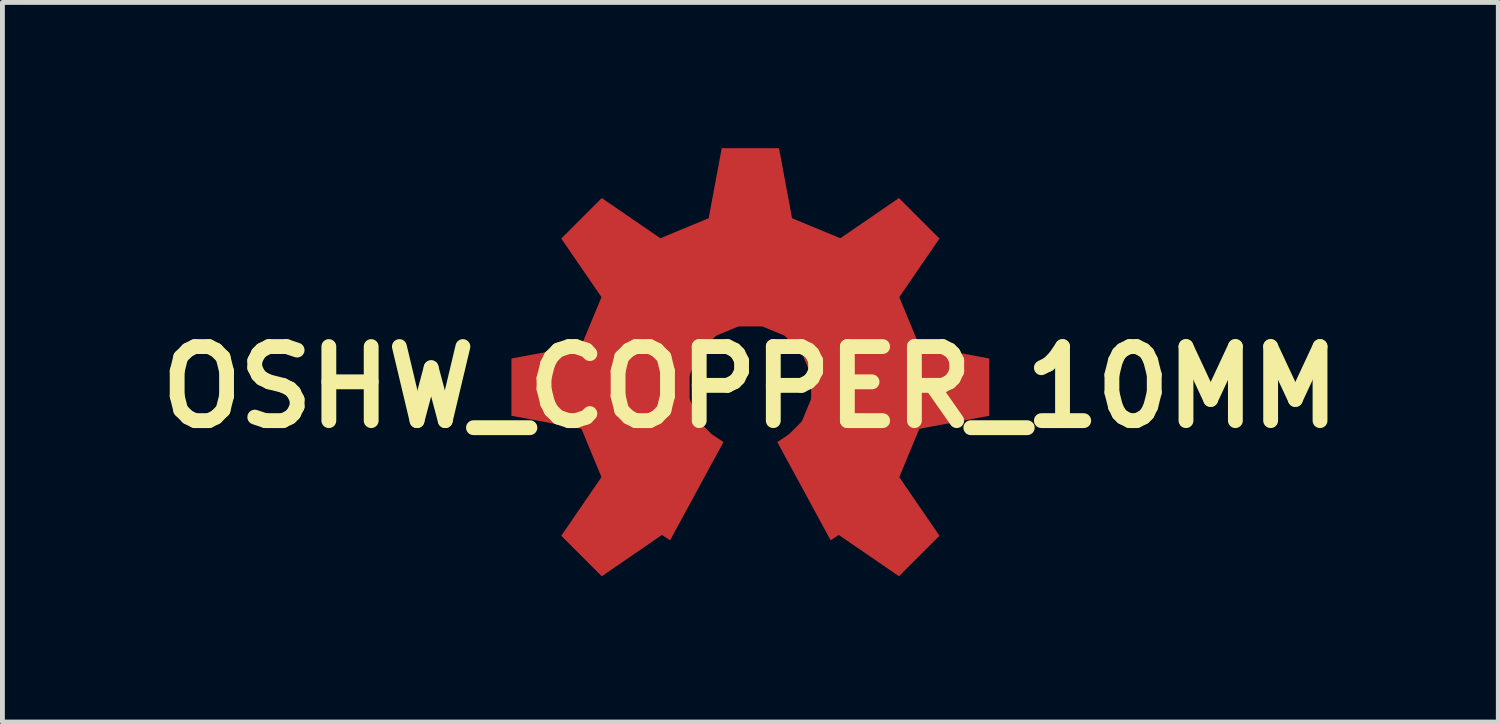
<source format=kicad_pcb>
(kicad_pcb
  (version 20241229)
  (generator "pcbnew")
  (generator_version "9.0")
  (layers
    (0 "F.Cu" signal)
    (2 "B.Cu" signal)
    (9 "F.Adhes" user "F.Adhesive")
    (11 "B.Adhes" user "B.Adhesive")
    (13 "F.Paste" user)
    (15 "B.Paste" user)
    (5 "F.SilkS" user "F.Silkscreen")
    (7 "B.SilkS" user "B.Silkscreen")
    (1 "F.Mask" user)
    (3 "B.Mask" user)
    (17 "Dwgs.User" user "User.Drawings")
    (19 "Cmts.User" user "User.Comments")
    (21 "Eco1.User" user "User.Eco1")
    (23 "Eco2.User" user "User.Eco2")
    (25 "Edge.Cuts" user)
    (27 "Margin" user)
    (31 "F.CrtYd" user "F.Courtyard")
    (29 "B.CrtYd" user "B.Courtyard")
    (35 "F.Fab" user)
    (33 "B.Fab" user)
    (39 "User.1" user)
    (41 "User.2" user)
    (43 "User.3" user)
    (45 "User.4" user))
  (footprint "OSHW_COPPER_10MM"
    (layer "F.Cu")
    (at 12.388 4.915)
    (property "Reference" "OSHW_COPPER_10MM" (at 0 0 0) (layer "F.SilkS") (effects (font (size 1.524 1.524) (thickness 0.305))))
    (pad "" smd trapezoid (at -4.166 0 270) (size 1.458 1.499) (rect_delta 0 -0.279) (layers "F.Cu" "F.Mask" "F.Paste"))
    (pad "" smd trapezoid (at -2.944 -2.944 225) (size 1.458 1.499) (rect_delta 0 -0.279) (layers "F.Cu" "F.Mask" "F.Paste"))
    (pad "" smd trapezoid (at -2.944 2.944 315) (size 1.458 1.499) (rect_delta 0 -0.279) (layers "F.Cu" "F.Mask" "F.Paste"))
    (pad "" smd trapezoid (at -2.395 0 270) (size 1.082 2.291) (rect_delta 0 0.414) (layers "F.Cu" "F.Mask" "F.Paste"))
    (pad "" smd trapezoid (at -2.212 -0.914 247.5) (size 1.082 2.291) (rect_delta 0 0.414) (layers "F.Cu" "F.Mask" "F.Paste"))
    (pad "" smd trapezoid (at -2.212 0.914 292.5) (size 1.082 2.291) (rect_delta 0 0.414) (layers "F.Cu" "F.Mask" "F.Paste"))
    (pad "" smd trapezoid (at -1.692 -1.692 225) (size 1.082 2.291) (rect_delta 0 0.414) (layers "F.Cu" "F.Mask" "F.Paste"))
    (pad "" smd trapezoid (at -1.692 1.692 315) (size 1.082 2.291) (rect_delta 0 0.414) (layers "F.Cu" "F.Mask" "F.Paste"))
    (pad "" smd trapezoid (at -1.328 1.991 326.3) (size 0.541 2.291) (rect_delta 0 0.208) (layers "F.Cu" "F.Mask" "F.Paste"))
    (pad "" smd trapezoid (at -0.914 -2.212 202.5) (size 1.082 2.291) (rect_delta 0 0.414) (layers "F.Cu" "F.Mask" "F.Paste"))
    (pad "" smd trapezoid (at 0 -4.166 180) (size 1.458 1.499) (rect_delta 0 -0.279) (layers "F.Cu" "F.Mask" "F.Paste"))
    (pad "" smd trapezoid (at 0 -2.395 180) (size 1.082 2.291) (rect_delta 0 0.414) (layers "F.Cu" "F.Mask" "F.Paste"))
    (pad "" smd trapezoid (at 0.914 -2.212 157.5) (size 1.082 2.291) (rect_delta 0 0.414) (layers "F.Cu" "F.Mask" "F.Paste"))
    (pad "" smd trapezoid (at 1.328 1.991 33.7) (size 0.541 2.291) (rect_delta 0 0.208) (layers "F.Cu" "F.Mask" "F.Paste"))
    (pad "" smd trapezoid (at 1.692 -1.692 135) (size 1.082 2.291) (rect_delta 0 0.414) (layers "F.Cu" "F.Mask" "F.Paste"))
    (pad "" smd trapezoid (at 1.692 1.692 45) (size 1.082 2.291) (rect_delta 0 0.414) (layers "F.Cu" "F.Mask" "F.Paste"))
    (pad "" smd trapezoid (at 2.212 -0.914 112.5) (size 1.082 2.291) (rect_delta 0 0.414) (layers "F.Cu" "F.Mask" "F.Paste"))
    (pad "" smd trapezoid (at 2.212 0.914 67.5) (size 1.082 2.291) (rect_delta 0 0.414) (layers "F.Cu" "F.Mask" "F.Paste"))
    (pad "" smd trapezoid (at 2.395 0 90) (size 1.082 2.291) (rect_delta 0 0.414) (layers "F.Cu" "F.Mask" "F.Paste"))
    (pad "" smd trapezoid (at 2.944 -2.944 135) (size 1.458 1.499) (rect_delta 0 -0.279) (layers "F.Cu" "F.Mask" "F.Paste"))
    (pad "" smd trapezoid (at 2.944 2.944 45) (size 1.458 1.499) (rect_delta 0 -0.279) (layers "F.Cu" "F.Mask" "F.Paste"))
    (pad "" smd trapezoid (at 4.166 0 90) (size 1.458 1.499) (rect_delta 0 -0.279) (layers "F.Cu" "F.Mask" "F.Paste")))
  (gr_rect
    (start -3 -3)
    (end 27.776 11.805)
    (stroke (width 0.1) (type default))
    (fill no)
    (layer "Edge.Cuts")))
</source>
